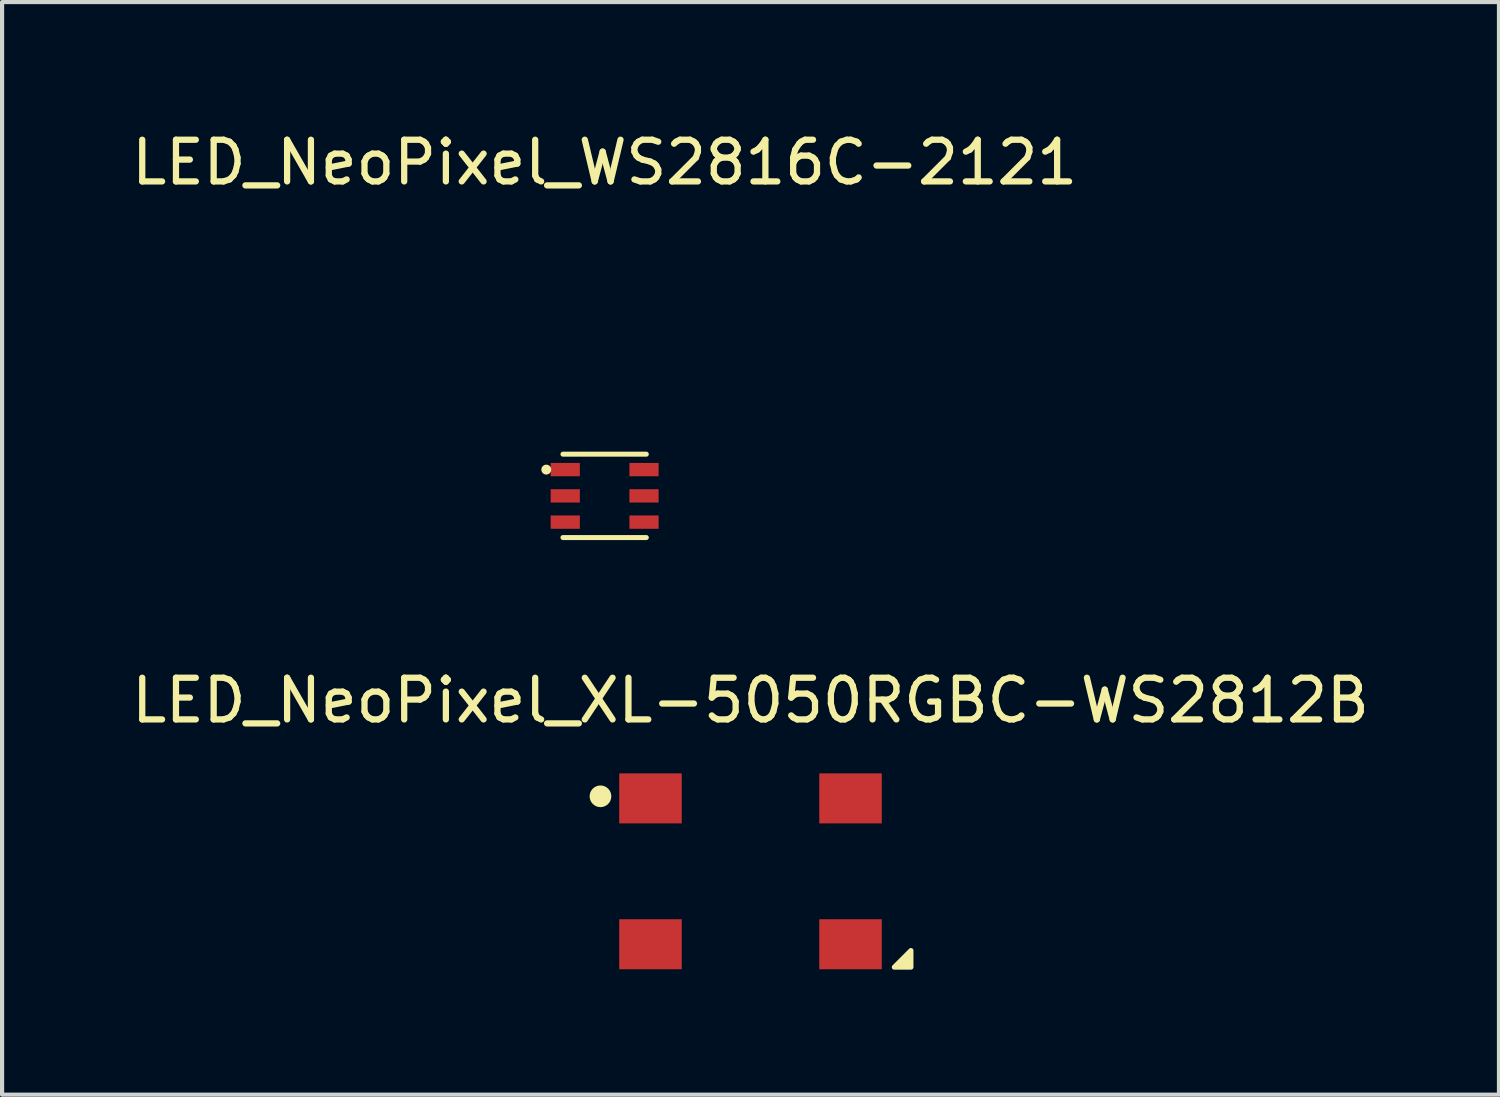
<source format=kicad_pcb>
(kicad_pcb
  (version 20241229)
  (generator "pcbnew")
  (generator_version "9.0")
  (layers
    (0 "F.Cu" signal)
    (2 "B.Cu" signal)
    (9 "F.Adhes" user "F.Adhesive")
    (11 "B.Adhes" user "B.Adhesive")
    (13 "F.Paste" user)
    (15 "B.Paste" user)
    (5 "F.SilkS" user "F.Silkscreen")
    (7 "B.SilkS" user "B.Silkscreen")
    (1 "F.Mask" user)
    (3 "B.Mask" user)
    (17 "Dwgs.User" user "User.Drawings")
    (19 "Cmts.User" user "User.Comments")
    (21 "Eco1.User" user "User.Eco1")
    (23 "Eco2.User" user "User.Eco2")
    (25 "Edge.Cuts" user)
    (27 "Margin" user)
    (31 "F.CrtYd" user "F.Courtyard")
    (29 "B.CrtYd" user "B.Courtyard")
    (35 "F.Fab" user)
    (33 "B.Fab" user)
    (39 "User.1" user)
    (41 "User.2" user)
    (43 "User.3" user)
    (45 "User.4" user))
  (footprint "LED_NeoPixel_WS2816C-2121"
    (layer "F.Cu")
    (at 11.458 8.848)
    (property "Reference" "LED_NeoPixel_WS2816C-2121" (at 0 -8 0) (unlocked yes) (layer "F.SilkS") (effects (font (size 1 1) (thickness 0.15))))
    (attr smd)
    (fp_line (start -1 -1) (end 1 -1) (stroke (width 0.12) (type solid)) (layer "F.SilkS"))
    (fp_line (start -1 1) (end 1 1) (stroke (width 0.12) (type solid)) (layer "F.SilkS"))
    (fp_circle (center -1.4 -0.63) (end -1.4 -0.63) (stroke (width 0.12) (type solid)) (fill no) (layer "F.SilkS"))
    (pad "1" smd rect (at -0.945 -0.63) (size 0.7 0.32) (layers "F.Cu" "F.Mask" "F.Paste"))
    (pad "2" smd rect (at -0.945 0) (size 0.7 0.32) (layers "F.Cu" "F.Mask" "F.Paste"))
    (pad "3" smd rect (at -0.945 0.63) (size 0.7 0.32) (layers "F.Cu" "F.Mask" "F.Paste"))
    (pad "4" smd rect (at 0.945 0.63) (size 0.7 0.32) (layers "F.Cu" "F.Mask" "F.Paste"))
    (pad "5" smd rect (at 0.945 0) (size 0.7 0.32) (layers "F.Cu" "F.Mask" "F.Paste"))
    (pad "6" smd rect (at 0.945 -0.63) (size 0.7 0.32) (layers "F.Cu" "F.Mask" "F.Paste")))
  (footprint "LED_NeoPixel_XL-5050RGBC-WS2812B"
    (layer "F.Cu")
    (at 14.958 17.857)
    (property "Reference" "LED_NeoPixel_XL-5050RGBC-WS2812B" (at 0 -4.1 0) (unlocked yes) (layer "F.SilkS") (effects (font (size 1 1) (thickness 0.15))))
    (attr smd)
    (fp_circle (center -3.6 -1.8) (end -3.4 -1.8) (stroke (width 0.12) (type solid)) (fill yes) (layer "F.SilkS"))
    (fp_poly (pts (xy 3.85 2.3) (xy 3.45 2.3) (xy 3.85 1.9)) (stroke (width 0.12) (type solid)) (fill yes) (layer "F.SilkS"))
    (pad "1" smd rect (at -2.4 -1.75) (size 1.5 1.2) (layers "F.Cu" "F.Mask" "F.Paste"))
    (pad "2" smd rect (at -2.4 1.75) (size 1.5 1.2) (layers "F.Cu" "F.Mask" "F.Paste"))
    (pad "3" smd rect (at 2.4 -1.75) (size 1.5 1.2) (layers "F.Cu" "F.Mask" "F.Paste"))
    (pad "4" smd rect (at 2.4 1.75) (size 1.5 1.2) (layers "F.Cu" "F.Mask" "F.Paste")))
  (gr_rect
    (start -3 -3)
    (end 32.917 23.216)
    (stroke (width 0.1) (type default))
    (fill no)
    (layer "Edge.Cuts")))
</source>
